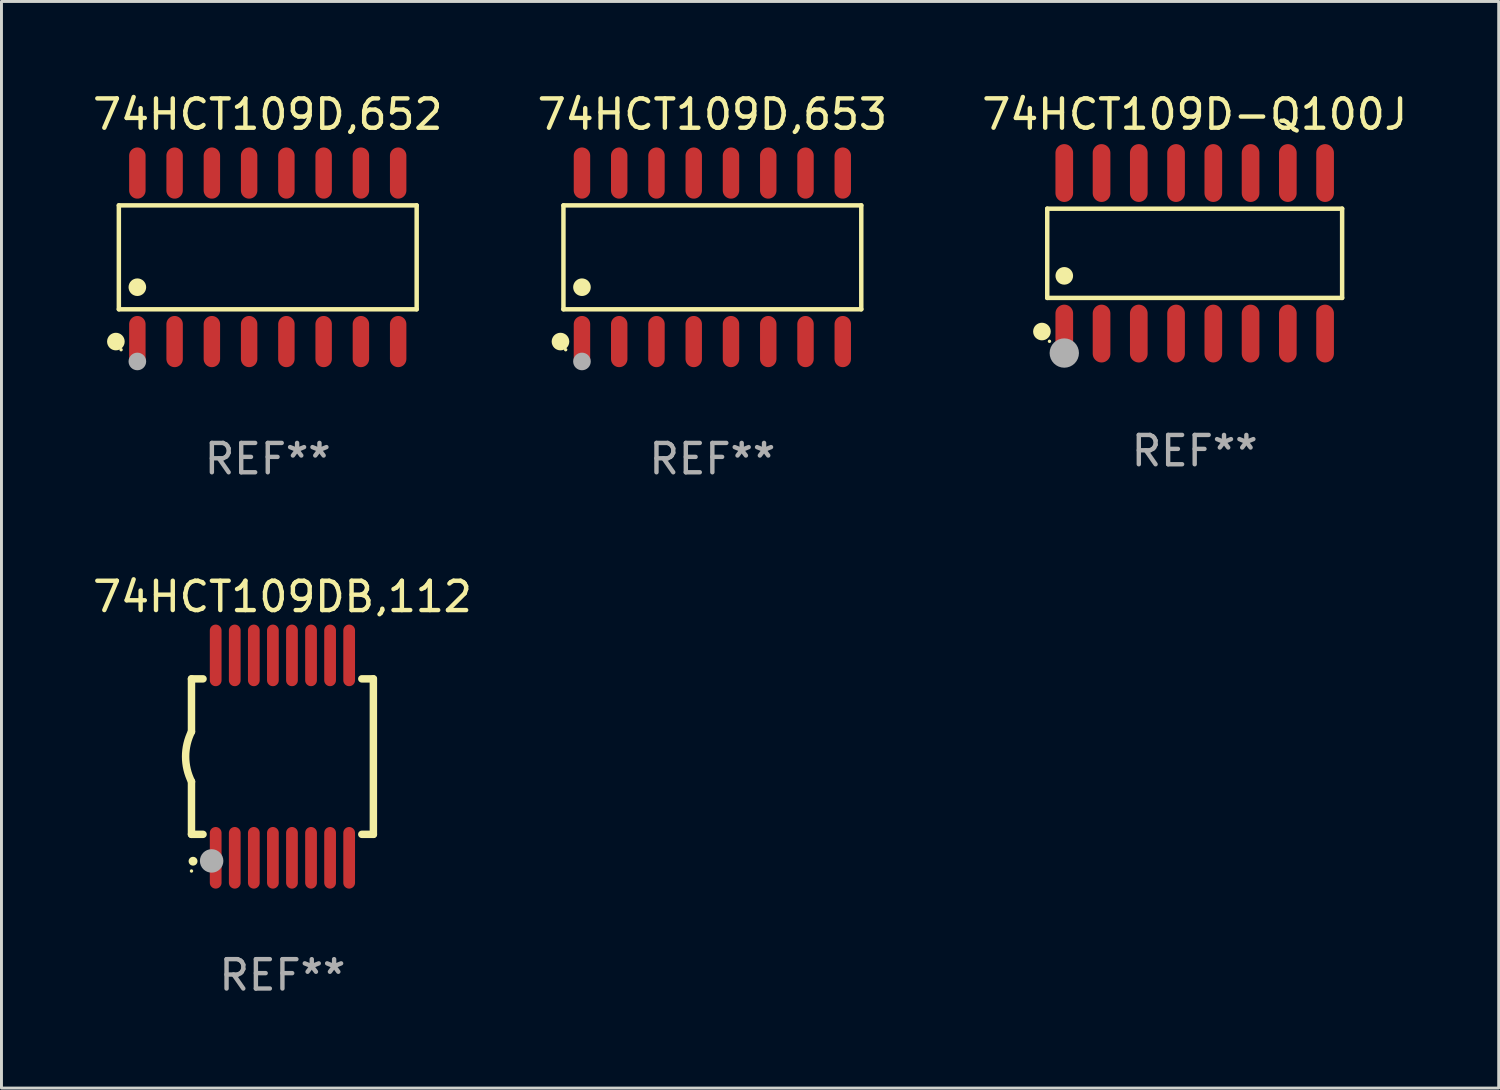
<source format=kicad_pcb>
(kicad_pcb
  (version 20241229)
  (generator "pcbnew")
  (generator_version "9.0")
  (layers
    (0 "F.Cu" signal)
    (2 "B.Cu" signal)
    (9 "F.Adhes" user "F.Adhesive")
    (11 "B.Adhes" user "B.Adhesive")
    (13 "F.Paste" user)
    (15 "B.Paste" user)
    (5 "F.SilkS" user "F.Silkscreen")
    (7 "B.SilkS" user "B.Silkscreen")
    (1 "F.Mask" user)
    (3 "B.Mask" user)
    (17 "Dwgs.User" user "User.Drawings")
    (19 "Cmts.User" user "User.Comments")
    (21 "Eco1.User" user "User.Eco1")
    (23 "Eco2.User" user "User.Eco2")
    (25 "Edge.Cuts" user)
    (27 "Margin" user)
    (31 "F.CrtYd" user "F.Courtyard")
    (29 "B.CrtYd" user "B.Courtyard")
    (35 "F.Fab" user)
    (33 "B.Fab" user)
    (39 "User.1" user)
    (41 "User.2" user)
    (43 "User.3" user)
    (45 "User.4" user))
  (footprint "74HCT109D,652"
    (layer "F.Cu")
    (at 6.077 5.721)
    (property "Reference" "74HCT109D,652" (at 0 -4.872 0) (layer "F.SilkS") (effects (font (size 1 1) (thickness 0.15))))
    (attr through_hole)
    (fp_line (start -5.076 -1.771) (end 5.076 -1.771) (stroke (width 0.152) (type solid)) (layer "F.SilkS"))
    (fp_line (start -5.076 1.771) (end -5.076 -1.771) (stroke (width 0.152) (type solid)) (layer "F.SilkS"))
    (fp_line (start 5.076 -1.771) (end 5.076 1.771) (stroke (width 0.152) (type solid)) (layer "F.SilkS"))
    (fp_line (start 5.076 1.771) (end -5.076 1.771) (stroke (width 0.152) (type solid)) (layer "F.SilkS"))
    (fp_circle (center -5.177 2.872) (end -5.027 2.872) (stroke (width 0.3) (type solid)) (fill no) (layer "F.SilkS"))
    (fp_circle (center -5 3.15) (end -4.97 3.15) (stroke (width 0.06) (type solid)) (fill no) (layer "F.SilkS"))
    (fp_circle (center -4.445 1.019) (end -4.295 1.019) (stroke (width 0.3) (type solid)) (fill no) (layer "F.SilkS"))
    (fp_circle (center -4.445 3.55) (end -4.295 3.55) (stroke (width 0.3) (type solid)) (fill no) (layer "F.Fab"))
    (fp_text user "REF**" (at 0 6.872 0) (layer "F.Fab") (effects (font (size 1 1) (thickness 0.15))))
    (pad "1" smd oval (at -4.445 2.872) (size 0.56 1.745) (layers "F.Cu" "F.Mask" "F.Paste"))
    (pad "2" smd oval (at -3.175 2.872) (size 0.56 1.745) (layers "F.Cu" "F.Mask" "F.Paste"))
    (pad "3" smd oval (at -1.905 2.872) (size 0.56 1.745) (layers "F.Cu" "F.Mask" "F.Paste"))
    (pad "4" smd oval (at -0.635 2.872) (size 0.56 1.745) (layers "F.Cu" "F.Mask" "F.Paste"))
    (pad "5" smd oval (at 0.635 2.872) (size 0.56 1.745) (layers "F.Cu" "F.Mask" "F.Paste"))
    (pad "6" smd oval (at 1.905 2.872) (size 0.56 1.745) (layers "F.Cu" "F.Mask" "F.Paste"))
    (pad "7" smd oval (at 3.175 2.872) (size 0.56 1.745) (layers "F.Cu" "F.Mask" "F.Paste"))
    (pad "8" smd oval (at 4.445 2.872) (size 0.56 1.745) (layers "F.Cu" "F.Mask" "F.Paste"))
    (pad "9" smd oval (at 4.445 -2.872) (size 0.56 1.745) (layers "F.Cu" "F.Mask" "F.Paste"))
    (pad "10" smd oval (at 3.175 -2.872) (size 0.56 1.745) (layers "F.Cu" "F.Mask" "F.Paste"))
    (pad "11" smd oval (at 1.905 -2.872) (size 0.56 1.745) (layers "F.Cu" "F.Mask" "F.Paste"))
    (pad "12" smd oval (at 0.635 -2.872) (size 0.56 1.745) (layers "F.Cu" "F.Mask" "F.Paste"))
    (pad "13" smd oval (at -0.635 -2.872) (size 0.56 1.745) (layers "F.Cu" "F.Mask" "F.Paste"))
    (pad "14" smd oval (at -1.905 -2.872) (size 0.56 1.745) (layers "F.Cu" "F.Mask" "F.Paste"))
    (pad "15" smd oval (at -3.175 -2.872) (size 0.56 1.745) (layers "F.Cu" "F.Mask" "F.Paste"))
    (pad "16" smd oval (at -4.445 -2.872) (size 0.56 1.745) (layers "F.Cu" "F.Mask" "F.Paste")))
  (footprint "74HCT109D-Q100J"
    (layer "F.Cu")
    (at 37.673 5.584)
    (property "Reference" "74HCT109D-Q100J" (at 0 -4.736 0) (layer "F.SilkS") (effects (font (size 1 1) (thickness 0.15))))
    (attr through_hole)
    (fp_line (start -5.026 -1.521) (end 5.026 -1.521) (stroke (width 0.152) (type solid)) (layer "F.SilkS"))
    (fp_line (start -5.026 1.521) (end -5.026 -1.521) (stroke (width 0.152) (type solid)) (layer "F.SilkS"))
    (fp_line (start 5.026 -1.521) (end 5.026 1.521) (stroke (width 0.152) (type solid)) (layer "F.SilkS"))
    (fp_line (start 5.026 1.521) (end -5.026 1.521) (stroke (width 0.152) (type solid)) (layer "F.SilkS"))
    (fp_circle (center -5.207 2.667) (end -5.057 2.667) (stroke (width 0.3) (type solid)) (fill no) (layer "F.SilkS"))
    (fp_circle (center -4.95 3) (end -4.92 3) (stroke (width 0.06) (type solid)) (fill no) (layer "F.SilkS"))
    (fp_circle (center -4.445 0.769) (end -4.295 0.769) (stroke (width 0.3) (type solid)) (fill no) (layer "F.SilkS"))
    (fp_circle (center -4.445 3.4) (end -4.195 3.4) (stroke (width 0.5) (type solid)) (fill no) (layer "F.Fab"))
    (fp_text user "REF**" (at 0 6.736 0) (layer "F.Fab") (effects (font (size 1 1) (thickness 0.15))))
    (pad "1" smd oval (at -4.445 2.736) (size 0.602 1.971) (layers "F.Cu" "F.Mask" "F.Paste"))
    (pad "2" smd oval (at -3.175 2.736) (size 0.602 1.971) (layers "F.Cu" "F.Mask" "F.Paste"))
    (pad "3" smd oval (at -1.905 2.736) (size 0.602 1.971) (layers "F.Cu" "F.Mask" "F.Paste"))
    (pad "4" smd oval (at -0.635 2.736) (size 0.602 1.971) (layers "F.Cu" "F.Mask" "F.Paste"))
    (pad "5" smd oval (at 0.635 2.736) (size 0.602 1.971) (layers "F.Cu" "F.Mask" "F.Paste"))
    (pad "6" smd oval (at 1.905 2.736) (size 0.602 1.971) (layers "F.Cu" "F.Mask" "F.Paste"))
    (pad "7" smd oval (at 3.175 2.736) (size 0.602 1.971) (layers "F.Cu" "F.Mask" "F.Paste"))
    (pad "8" smd oval (at 4.445 2.736) (size 0.602 1.971) (layers "F.Cu" "F.Mask" "F.Paste"))
    (pad "9" smd oval (at 4.445 -2.736) (size 0.602 1.971) (layers "F.Cu" "F.Mask" "F.Paste"))
    (pad "10" smd oval (at 3.175 -2.736) (size 0.602 1.971) (layers "F.Cu" "F.Mask" "F.Paste"))
    (pad "11" smd oval (at 1.905 -2.736) (size 0.602 1.971) (layers "F.Cu" "F.Mask" "F.Paste"))
    (pad "12" smd oval (at 0.635 -2.736) (size 0.602 1.971) (layers "F.Cu" "F.Mask" "F.Paste"))
    (pad "13" smd oval (at -0.635 -2.736) (size 0.602 1.971) (layers "F.Cu" "F.Mask" "F.Paste"))
    (pad "14" smd oval (at -1.905 -2.736) (size 0.602 1.971) (layers "F.Cu" "F.Mask" "F.Paste"))
    (pad "15" smd oval (at -3.175 -2.736) (size 0.602 1.971) (layers "F.Cu" "F.Mask" "F.Paste"))
    (pad "16" smd oval (at -4.445 -2.736) (size 0.602 1.971) (layers "F.Cu" "F.Mask" "F.Paste")))
  (footprint "74HCT109D,653"
    (layer "F.Cu")
    (at 21.232 5.721)
    (property "Reference" "74HCT109D,653" (at 0 -4.872 0) (layer "F.SilkS") (effects (font (size 1 1) (thickness 0.15))))
    (attr through_hole)
    (fp_line (start -5.076 -1.771) (end 5.076 -1.771) (stroke (width 0.152) (type solid)) (layer "F.SilkS"))
    (fp_line (start -5.076 1.771) (end -5.076 -1.771) (stroke (width 0.152) (type solid)) (layer "F.SilkS"))
    (fp_line (start 5.076 -1.771) (end 5.076 1.771) (stroke (width 0.152) (type solid)) (layer "F.SilkS"))
    (fp_line (start 5.076 1.771) (end -5.076 1.771) (stroke (width 0.152) (type solid)) (layer "F.SilkS"))
    (fp_circle (center -5.177 2.872) (end -5.027 2.872) (stroke (width 0.3) (type solid)) (fill no) (layer "F.SilkS"))
    (fp_circle (center -5 3.15) (end -4.97 3.15) (stroke (width 0.06) (type solid)) (fill no) (layer "F.SilkS"))
    (fp_circle (center -4.445 1.019) (end -4.295 1.019) (stroke (width 0.3) (type solid)) (fill no) (layer "F.SilkS"))
    (fp_circle (center -4.445 3.55) (end -4.295 3.55) (stroke (width 0.3) (type solid)) (fill no) (layer "F.Fab"))
    (fp_text user "REF**" (at 0 6.872 0) (layer "F.Fab") (effects (font (size 1 1) (thickness 0.15))))
    (pad "1" smd oval (at -4.445 2.872) (size 0.56 1.745) (layers "F.Cu" "F.Mask" "F.Paste"))
    (pad "2" smd oval (at -3.175 2.872) (size 0.56 1.745) (layers "F.Cu" "F.Mask" "F.Paste"))
    (pad "3" smd oval (at -1.905 2.872) (size 0.56 1.745) (layers "F.Cu" "F.Mask" "F.Paste"))
    (pad "4" smd oval (at -0.635 2.872) (size 0.56 1.745) (layers "F.Cu" "F.Mask" "F.Paste"))
    (pad "5" smd oval (at 0.635 2.872) (size 0.56 1.745) (layers "F.Cu" "F.Mask" "F.Paste"))
    (pad "6" smd oval (at 1.905 2.872) (size 0.56 1.745) (layers "F.Cu" "F.Mask" "F.Paste"))
    (pad "7" smd oval (at 3.175 2.872) (size 0.56 1.745) (layers "F.Cu" "F.Mask" "F.Paste"))
    (pad "8" smd oval (at 4.445 2.872) (size 0.56 1.745) (layers "F.Cu" "F.Mask" "F.Paste"))
    (pad "9" smd oval (at 4.445 -2.872) (size 0.56 1.745) (layers "F.Cu" "F.Mask" "F.Paste"))
    (pad "10" smd oval (at 3.175 -2.872) (size 0.56 1.745) (layers "F.Cu" "F.Mask" "F.Paste"))
    (pad "11" smd oval (at 1.905 -2.872) (size 0.56 1.745) (layers "F.Cu" "F.Mask" "F.Paste"))
    (pad "12" smd oval (at 0.635 -2.872) (size 0.56 1.745) (layers "F.Cu" "F.Mask" "F.Paste"))
    (pad "13" smd oval (at -0.635 -2.872) (size 0.56 1.745) (layers "F.Cu" "F.Mask" "F.Paste"))
    (pad "14" smd oval (at -1.905 -2.872) (size 0.56 1.745) (layers "F.Cu" "F.Mask" "F.Paste"))
    (pad "15" smd oval (at -3.175 -2.872) (size 0.56 1.745) (layers "F.Cu" "F.Mask" "F.Paste"))
    (pad "16" smd oval (at -4.445 -2.872) (size 0.56 1.745) (layers "F.Cu" "F.Mask" "F.Paste")))
  (footprint "74HCT109DB,112"
    (layer "F.Cu")
    (at 6.577 22.74)
    (property "Reference" "74HCT109DB,112" (at 0 -5.45 0) (layer "F.SilkS") (effects (font (size 1 1) (thickness 0.15))))
    (attr through_hole)
    (fp_line (start -3.1 -2.65) (end -3.1 -0.85) (stroke (width 0.254) (type solid)) (layer "F.SilkS"))
    (fp_line (start -3.1 -2.65) (end -2.706 -2.65) (stroke (width 0.254) (type solid)) (layer "F.SilkS"))
    (fp_line (start -3.1 2.65) (end -3.1 0.85) (stroke (width 0.254) (type solid)) (layer "F.SilkS"))
    (fp_line (start -3.1 2.65) (end -2.706 2.65) (stroke (width 0.254) (type solid)) (layer "F.SilkS"))
    (fp_line (start 2.706 -2.65) (end 3.1 -2.65) (stroke (width 0.254) (type solid)) (layer "F.SilkS"))
    (fp_line (start 2.706 2.65) (end 3.1 2.65) (stroke (width 0.254) (type solid)) (layer "F.SilkS"))
    (fp_line (start 3.1 -2.65) (end 3.1 2.65) (stroke (width 0.254) (type solid)) (layer "F.SilkS"))
    (fp_arc (start -3.098907 0.850902) (mid -3.300057 0.000523) (end -3.1 -0.850114) (stroke (width 0.254001) (type solid)) (layer "F.SilkS"))
    (fp_arc (start -3.048006 3.566066) (mid -3.046736 3.566061) (end -3.045466 3.566066) (stroke (width 0.3) (type solid)) (layer "F.SilkS"))
    (fp_circle (center -3.1 3.9) (end -3.07 3.9) (stroke (width 0.06) (type solid)) (fill no) (layer "F.SilkS"))
    (fp_circle (center -2.413 3.556) (end -2.213 3.556) (stroke (width 0.4) (type solid)) (fill no) (layer "F.Fab"))
    (fp_text user "REF**" (at 0 7.45 0) (layer "F.Fab") (effects (font (size 1 1) (thickness 0.15))))
    (pad "1" smd oval (at -2.275 3.45 180) (size 0.4 2.1) (layers "F.Cu" "F.Mask" "F.Paste"))
    (pad "2" smd oval (at -1.625 3.45 180) (size 0.4 2.1) (layers "F.Cu" "F.Mask" "F.Paste"))
    (pad "3" smd oval (at -0.975 3.45 180) (size 0.4 2.1) (layers "F.Cu" "F.Mask" "F.Paste"))
    (pad "4" smd oval (at -0.325 3.45 180) (size 0.4 2.1) (layers "F.Cu" "F.Mask" "F.Paste"))
    (pad "5" smd oval (at 0.325 3.45 180) (size 0.4 2.1) (layers "F.Cu" "F.Mask" "F.Paste"))
    (pad "6" smd oval (at 0.975 3.45 180) (size 0.4 2.1) (layers "F.Cu" "F.Mask" "F.Paste"))
    (pad "7" smd oval (at 1.625 3.45 180) (size 0.4 2.1) (layers "F.Cu" "F.Mask" "F.Paste"))
    (pad "8" smd oval (at 2.275 3.45 180) (size 0.4 2.1) (layers "F.Cu" "F.Mask" "F.Paste"))
    (pad "9" smd oval (at 2.275 -3.45 180) (size 0.4 2.1) (layers "F.Cu" "F.Mask" "F.Paste"))
    (pad "10" smd oval (at 1.625 -3.45 180) (size 0.4 2.1) (layers "F.Cu" "F.Mask" "F.Paste"))
    (pad "11" smd oval (at 0.975 -3.45 180) (size 0.4 2.1) (layers "F.Cu" "F.Mask" "F.Paste"))
    (pad "12" smd oval (at 0.325 -3.45 180) (size 0.4 2.1) (layers "F.Cu" "F.Mask" "F.Paste"))
    (pad "13" smd oval (at -0.325 -3.45 180) (size 0.4 2.1) (layers "F.Cu" "F.Mask" "F.Paste"))
    (pad "14" smd oval (at -0.975 -3.45 180) (size 0.4 2.1) (layers "F.Cu" "F.Mask" "F.Paste"))
    (pad "15" smd oval (at -1.625 -3.45 180) (size 0.4 2.1) (layers "F.Cu" "F.Mask" "F.Paste"))
    (pad "16" smd oval (at -2.275 -3.45 180) (size 0.4 2.1) (layers "F.Cu" "F.Mask" "F.Paste")))
  (gr_rect
    (start -3 -3)
    (end 48.036 34.038)
    (stroke (width 0.1) (type default))
    (fill no)
    (layer "Edge.Cuts")))
</source>
